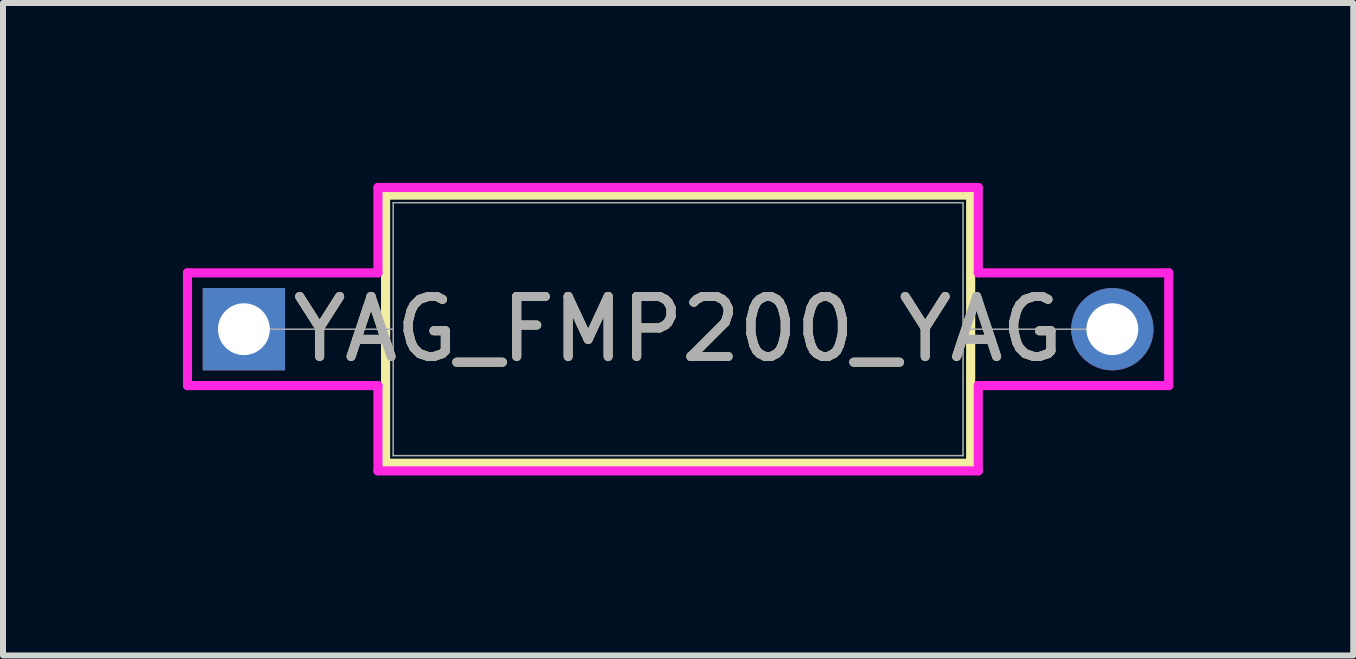
<source format=kicad_pcb>
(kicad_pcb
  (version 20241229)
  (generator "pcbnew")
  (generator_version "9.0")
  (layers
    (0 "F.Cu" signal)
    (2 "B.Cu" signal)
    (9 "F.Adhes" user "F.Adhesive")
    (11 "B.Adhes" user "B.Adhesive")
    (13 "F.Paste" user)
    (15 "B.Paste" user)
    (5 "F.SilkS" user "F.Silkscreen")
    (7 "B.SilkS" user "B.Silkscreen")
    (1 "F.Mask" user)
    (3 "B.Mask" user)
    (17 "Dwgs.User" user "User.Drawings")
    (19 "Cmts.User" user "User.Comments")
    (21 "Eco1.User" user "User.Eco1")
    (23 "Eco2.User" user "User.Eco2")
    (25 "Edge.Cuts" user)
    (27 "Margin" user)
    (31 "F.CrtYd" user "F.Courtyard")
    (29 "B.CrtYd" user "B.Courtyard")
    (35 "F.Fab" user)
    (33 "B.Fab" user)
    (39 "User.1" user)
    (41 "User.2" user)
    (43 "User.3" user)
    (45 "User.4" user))
  (footprint "YAG_FMP200_YAG"
    (layer "F.Cu")
    (at 1.016 2.438)
    (property "Reference" "YAG_FMP200_YAG" (at 7.239 0 0) (unlocked yes) (layer "F.SilkS") (effects (font (size 1 1) (thickness 0.15))))
    (attr through_hole)
    (fp_line (start 2.362 -2.235) (end 2.362 2.235) (stroke (width 0.152) (type solid)) (layer "F.SilkS"))
    (fp_line (start 2.362 2.235) (end 12.116 2.235) (stroke (width 0.152) (type solid)) (layer "F.SilkS"))
    (fp_line (start 12.116 -2.235) (end 2.362 -2.235) (stroke (width 0.152) (type solid)) (layer "F.SilkS"))
    (fp_line (start 12.116 2.235) (end 12.116 -2.235) (stroke (width 0.152) (type solid)) (layer "F.SilkS"))
    (fp_line (start -0.94 -0.94) (end 2.235 -0.94) (stroke (width 0.152) (type solid)) (layer "F.CrtYd"))
    (fp_line (start -0.94 0.94) (end -0.94 -0.94) (stroke (width 0.152) (type solid)) (layer "F.CrtYd"))
    (fp_line (start 2.235 -2.362) (end 12.243 -2.362) (stroke (width 0.152) (type solid)) (layer "F.CrtYd"))
    (fp_line (start 2.235 -0.94) (end 2.235 -2.362) (stroke (width 0.152) (type solid)) (layer "F.CrtYd"))
    (fp_line (start 2.235 0.94) (end -0.94 0.94) (stroke (width 0.152) (type solid)) (layer "F.CrtYd"))
    (fp_line (start 2.235 2.362) (end 2.235 0.94) (stroke (width 0.152) (type solid)) (layer "F.CrtYd"))
    (fp_line (start 12.243 -2.362) (end 12.243 -0.94) (stroke (width 0.152) (type solid)) (layer "F.CrtYd"))
    (fp_line (start 12.243 -0.94) (end 15.418 -0.94) (stroke (width 0.152) (type solid)) (layer "F.CrtYd"))
    (fp_line (start 12.243 0.94) (end 12.243 2.362) (stroke (width 0.152) (type solid)) (layer "F.CrtYd"))
    (fp_line (start 12.243 2.362) (end 2.235 2.362) (stroke (width 0.152) (type solid)) (layer "F.CrtYd"))
    (fp_line (start 15.418 -0.94) (end 15.418 0.94) (stroke (width 0.152) (type solid)) (layer "F.CrtYd"))
    (fp_line (start 15.418 0.94) (end 12.243 0.94) (stroke (width 0.152) (type solid)) (layer "F.CrtYd"))
    (fp_line (start 0 0) (end 2.489 0) (stroke (width 0.025) (type solid)) (layer "F.Fab"))
    (fp_line (start 2.489 -2.108) (end 2.489 2.108) (stroke (width 0.025) (type solid)) (layer "F.Fab"))
    (fp_line (start 2.489 2.108) (end 11.989 2.108) (stroke (width 0.025) (type solid)) (layer "F.Fab"))
    (fp_line (start 11.989 -2.108) (end 2.489 -2.108) (stroke (width 0.025) (type solid)) (layer "F.Fab"))
    (fp_line (start 11.989 2.108) (end 11.989 -2.108) (stroke (width 0.025) (type solid)) (layer "F.Fab"))
    (fp_line (start 14.478 0) (end 11.989 0) (stroke (width 0.025) (type solid)) (layer "F.Fab"))
    (fp_text user "${REFERENCE}" (at 7.239 0 0) (unlocked yes) (layer "F.Fab") (effects (font (size 1 1) (thickness 0.15))))
    (pad "1" thru_hole rect (at 0 0) (size 1.372 1.372) (drill 0.864) (layers "*.Cu" "*.Mask"))
    (pad "2" thru_hole circle (at 14.478 0) (size 1.372 1.372) (drill 0.864) (layers "*.Cu" "*.Mask")))
  (gr_rect
    (start -3 -3)
    (end 19.51 7.877)
    (stroke (width 0.1) (type default))
    (fill no)
    (layer "Edge.Cuts")))
</source>
